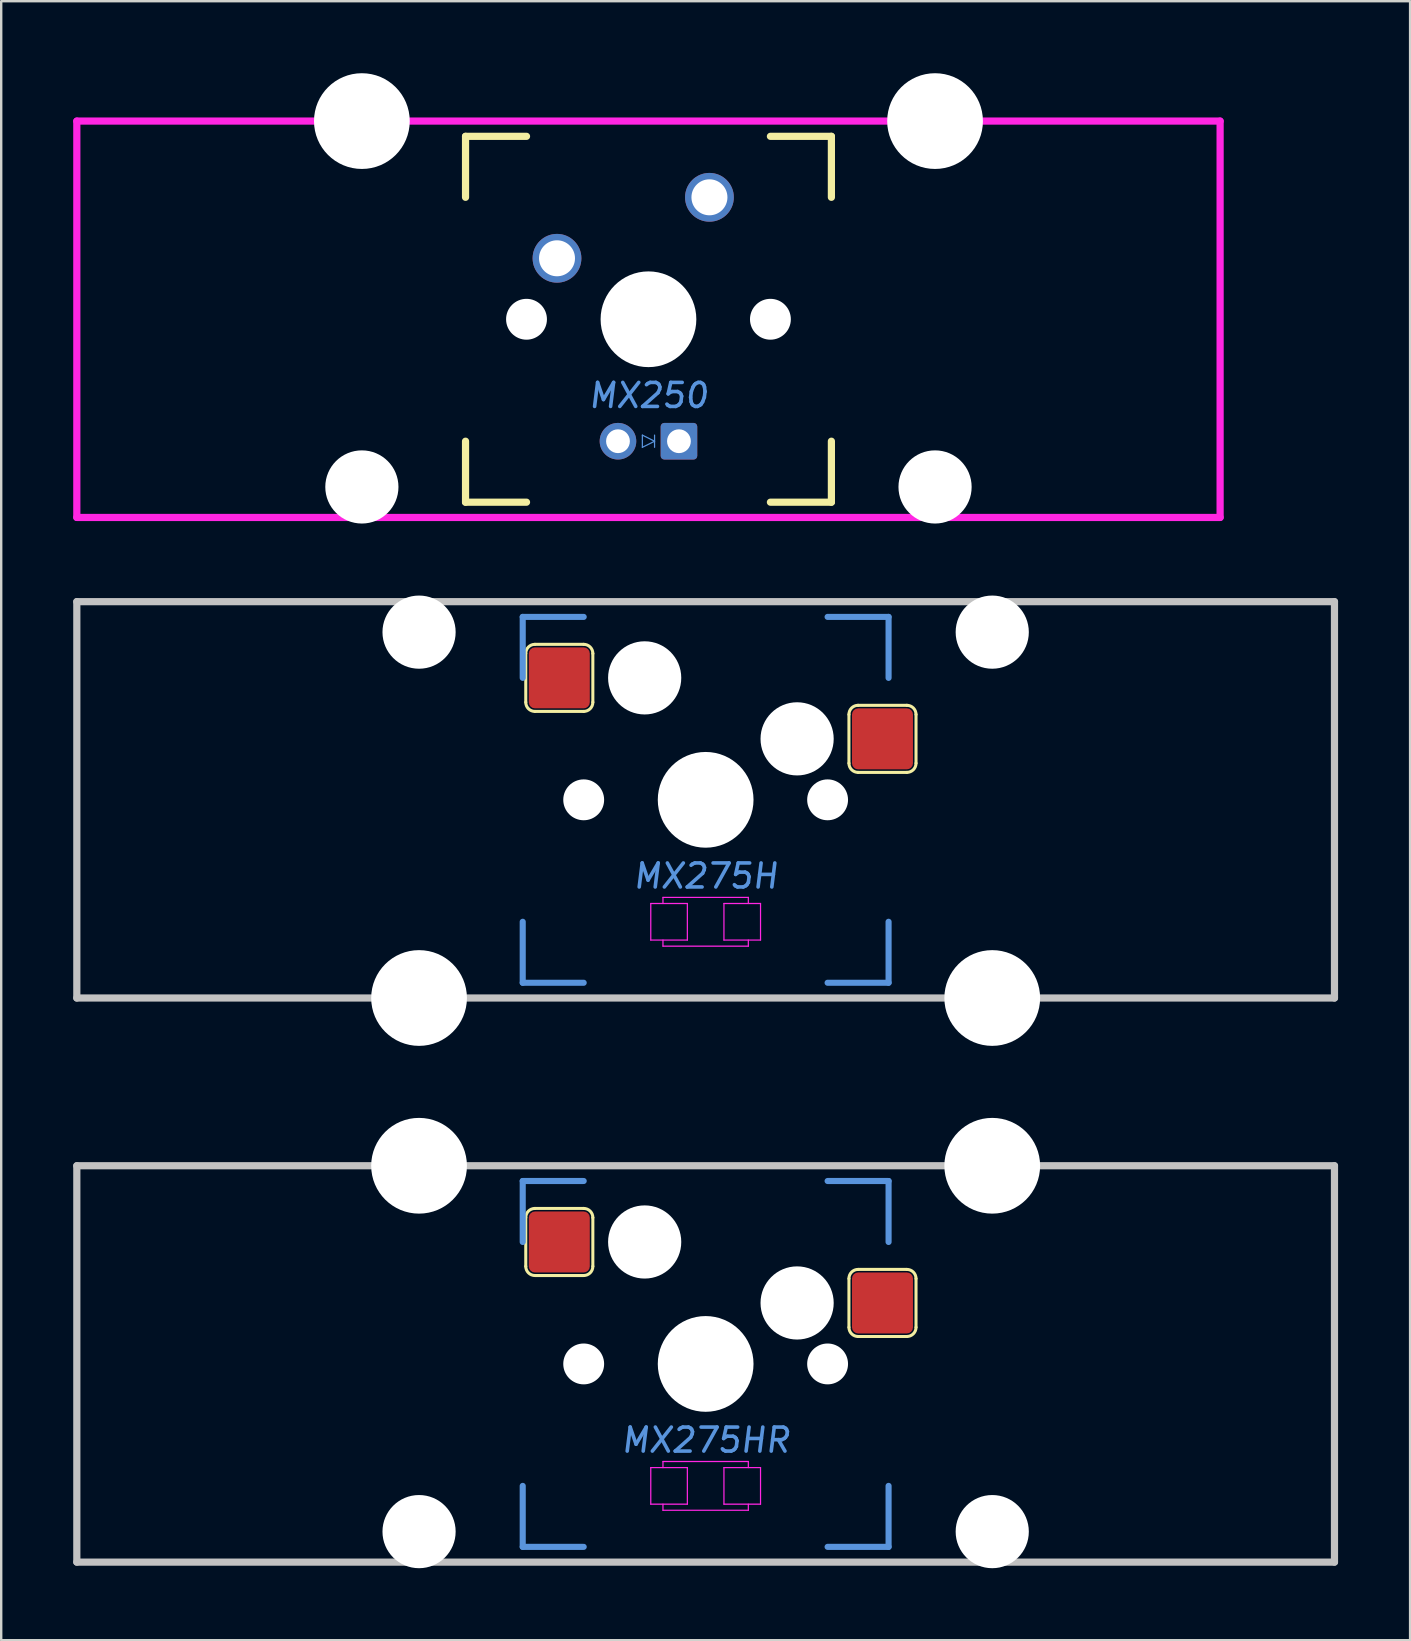
<source format=kicad_pcb>
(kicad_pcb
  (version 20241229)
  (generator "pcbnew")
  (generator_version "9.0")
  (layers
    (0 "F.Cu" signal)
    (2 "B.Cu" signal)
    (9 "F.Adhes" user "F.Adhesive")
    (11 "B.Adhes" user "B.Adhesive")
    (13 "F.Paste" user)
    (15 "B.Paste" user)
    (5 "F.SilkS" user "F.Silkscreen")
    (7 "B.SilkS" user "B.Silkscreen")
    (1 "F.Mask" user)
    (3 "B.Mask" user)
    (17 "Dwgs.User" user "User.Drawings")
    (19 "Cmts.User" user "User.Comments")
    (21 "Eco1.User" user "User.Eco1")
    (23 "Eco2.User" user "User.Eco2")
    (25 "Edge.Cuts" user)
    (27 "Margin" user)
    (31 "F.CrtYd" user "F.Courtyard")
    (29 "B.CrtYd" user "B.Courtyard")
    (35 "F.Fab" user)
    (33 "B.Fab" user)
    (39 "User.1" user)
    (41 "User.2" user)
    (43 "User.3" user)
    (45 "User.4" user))
  (footprint "MX275HR"
    (layer "F.Cu")
    (at 26.344 53.765)
    (property "Reference" "MX275HR" (at 0 3.175 0) (layer "Cmts.User") (effects (font (size 1 1) (thickness 0.15) (italic yes))))
    (attr through_hole)
    (fp_line (start -7.493 -6.096) (end -7.493 -4.064) (stroke (width 0.127) (type solid)) (layer "F.SilkS"))
    (fp_line (start -7.112 -3.683) (end -5.08 -3.683) (stroke (width 0.127) (type solid)) (layer "F.SilkS"))
    (fp_line (start -5.08 -6.477) (end -7.112 -6.477) (stroke (width 0.127) (type solid)) (layer "F.SilkS"))
    (fp_line (start -4.699 -4.064) (end -4.699 -6.096) (stroke (width 0.127) (type solid)) (layer "F.SilkS"))
    (fp_line (start 5.969 -3.556) (end 5.969 -1.524) (stroke (width 0.127) (type solid)) (layer "F.SilkS"))
    (fp_line (start 6.35 -1.143) (end 8.382 -1.143) (stroke (width 0.127) (type solid)) (layer "F.SilkS"))
    (fp_line (start 8.382 -3.937) (end 6.35 -3.937) (stroke (width 0.127) (type solid)) (layer "F.SilkS"))
    (fp_line (start 8.763 -1.524) (end 8.763 -3.556) (stroke (width 0.127) (type solid)) (layer "F.SilkS"))
    (fp_arc (start -7.493 -6.096) (mid -7.381408 -6.365408) (end -7.112 -6.477) (stroke (width 0.127) (type solid)) (layer "F.SilkS"))
    (fp_arc (start -7.112 -3.683) (mid -7.381408 -3.794592) (end -7.493 -4.064) (stroke (width 0.127) (type solid)) (layer "F.SilkS"))
    (fp_arc (start -5.08 -6.477) (mid -4.810592 -6.365408) (end -4.699 -6.096) (stroke (width 0.127) (type solid)) (layer "F.SilkS"))
    (fp_arc (start -4.699 -4.064) (mid -4.810592 -3.794592) (end -5.08 -3.683) (stroke (width 0.127) (type solid)) (layer "F.SilkS"))
    (fp_arc (start 5.969 -3.556) (mid 6.080592 -3.825408) (end 6.35 -3.937) (stroke (width 0.127) (type solid)) (layer "F.SilkS"))
    (fp_arc (start 6.35 -1.143) (mid 6.080592 -1.254592) (end 5.969 -1.524) (stroke (width 0.127) (type solid)) (layer "F.SilkS"))
    (fp_arc (start 8.382 -3.937) (mid 8.651408 -3.825408) (end 8.763 -3.556) (stroke (width 0.127) (type solid)) (layer "F.SilkS"))
    (fp_arc (start 8.763 -1.524) (mid 8.651408 -1.254592) (end 8.382 -1.143) (stroke (width 0.127) (type solid)) (layer "F.SilkS"))
    (fp_line (start -26.194 -8.255) (end -26.194 8.255) (stroke (width 0.3) (type solid)) (layer "Dwgs.User"))
    (fp_line (start -26.194 -8.255) (end 26.194 -8.255) (stroke (width 0.3) (type solid)) (layer "Dwgs.User"))
    (fp_line (start -26.194 8.255) (end 26.194 8.255) (stroke (width 0.3) (type solid)) (layer "Dwgs.User"))
    (fp_line (start 26.194 -8.255) (end 26.194 8.255) (stroke (width 0.3) (type solid)) (layer "Dwgs.User"))
    (fp_line (start -7.62 -7.62) (end -7.62 -5.08) (stroke (width 0.254) (type solid)) (layer "Cmts.User"))
    (fp_line (start -7.62 -7.62) (end -5.08 -7.62) (stroke (width 0.254) (type solid)) (layer "Cmts.User"))
    (fp_line (start -7.62 7.62) (end -7.62 5.08) (stroke (width 0.254) (type solid)) (layer "Cmts.User"))
    (fp_line (start -7.62 7.62) (end -5.08 7.62) (stroke (width 0.254) (type solid)) (layer "Cmts.User"))
    (fp_line (start 7.62 -7.62) (end 5.08 -7.62) (stroke (width 0.254) (type solid)) (layer "Cmts.User"))
    (fp_line (start 7.62 -7.62) (end 7.62 -5.08) (stroke (width 0.254) (type solid)) (layer "Cmts.User"))
    (fp_line (start 7.62 7.62) (end 5.08 7.62) (stroke (width 0.254) (type solid)) (layer "Cmts.User"))
    (fp_line (start 7.62 7.62) (end 7.62 5.08) (stroke (width 0.254) (type solid)) (layer "Cmts.User"))
    (fp_line (start -2.286 4.318) (end -2.286 5.842) (stroke (width 0.051) (type solid)) (layer "F.CrtYd"))
    (fp_line (start -2.286 5.842) (end -0.762 5.842) (stroke (width 0.051) (type solid)) (layer "F.CrtYd"))
    (fp_line (start -1.778 4.064) (end -1.778 4.318) (stroke (width 0.051) (type solid)) (layer "F.CrtYd"))
    (fp_line (start -1.778 5.842) (end -1.778 6.096) (stroke (width 0.051) (type solid)) (layer "F.CrtYd"))
    (fp_line (start -1.778 6.096) (end 1.778 6.096) (stroke (width 0.051) (type solid)) (layer "F.CrtYd"))
    (fp_line (start -0.762 4.318) (end -2.286 4.318) (stroke (width 0.051) (type solid)) (layer "F.CrtYd"))
    (fp_line (start -0.762 5.842) (end -0.762 4.318) (stroke (width 0.051) (type solid)) (layer "F.CrtYd"))
    (fp_line (start 0.762 4.318) (end 0.762 5.842) (stroke (width 0.051) (type solid)) (layer "F.CrtYd"))
    (fp_line (start 0.762 5.842) (end 2.286 5.842) (stroke (width 0.051) (type solid)) (layer "F.CrtYd"))
    (fp_line (start 1.778 4.064) (end -1.778 4.064) (stroke (width 0.051) (type solid)) (layer "F.CrtYd"))
    (fp_line (start 1.778 4.318) (end 1.778 4.064) (stroke (width 0.051) (type solid)) (layer "F.CrtYd"))
    (fp_line (start 1.778 6.096) (end 1.778 5.842) (stroke (width 0.051) (type solid)) (layer "F.CrtYd"))
    (fp_line (start 2.286 4.318) (end 0.762 4.318) (stroke (width 0.051) (type solid)) (layer "F.CrtYd"))
    (fp_line (start 2.286 5.842) (end 2.286 4.318) (stroke (width 0.051) (type solid)) (layer "F.CrtYd"))
    (pad "" np_thru_hole circle (at -11.938 -8.255) (size 3.988 3.988) (drill 3.988) (layers "*.Cu" "*.Mask"))
    (pad "" np_thru_hole circle (at -11.938 6.985) (size 3.048 3.048) (drill 3.048) (layers "*.Cu" "*.Mask"))
    (pad "" np_thru_hole circle (at -5.08 0) (size 1.702 1.702) (drill 1.702) (layers "*.Cu" "*.Mask"))
    (pad "" np_thru_hole circle (at -2.54 -5.08) (size 3.048 3.048) (drill 3.048) (layers "*.Cu" "*.Mask"))
    (pad "" np_thru_hole circle (at 0 0) (size 3.988 3.988) (drill 3.988) (layers "*.Cu" "*.Mask"))
    (pad "" np_thru_hole circle (at 3.81 -2.54) (size 3.048 3.048) (drill 3.048) (layers "*.Cu" "*.Mask"))
    (pad "" np_thru_hole circle (at 5.08 0) (size 1.702 1.702) (drill 1.702) (layers "*.Cu" "*.Mask"))
    (pad "" np_thru_hole circle (at 11.938 -8.255) (size 3.988 3.988) (drill 3.988) (layers "*.Cu" "*.Mask"))
    (pad "" np_thru_hole circle (at 11.938 6.985) (size 3.048 3.048) (drill 3.048) (layers "*.Cu" "*.Mask"))
    (pad "1" smd roundrect (at 7.366 -2.54) (size 2.54 2.54) (layers "F.Cu" "F.Mask" "F.Paste") (roundrect_rratio 0.1))
    (pad "2" smd roundrect (at -6.096 -5.08) (size 2.54 2.54) (layers "F.Cu" "F.Mask" "F.Paste") (roundrect_rratio 0.1)))
  (footprint "MX275H"
    (layer "F.Cu")
    (at 26.344 30.267)
    (property "Reference" "MX275H" (at 0 3.175 0) (layer "Cmts.User") (effects (font (size 1 1) (thickness 0.15) (italic yes))))
    (attr through_hole)
    (fp_line (start -7.493 -6.096) (end -7.493 -4.064) (stroke (width 0.127) (type solid)) (layer "F.SilkS"))
    (fp_line (start -7.112 -3.683) (end -5.08 -3.683) (stroke (width 0.127) (type solid)) (layer "F.SilkS"))
    (fp_line (start -5.08 -6.477) (end -7.112 -6.477) (stroke (width 0.127) (type solid)) (layer "F.SilkS"))
    (fp_line (start -4.699 -4.064) (end -4.699 -6.096) (stroke (width 0.127) (type solid)) (layer "F.SilkS"))
    (fp_line (start 5.969 -3.556) (end 5.969 -1.524) (stroke (width 0.127) (type solid)) (layer "F.SilkS"))
    (fp_line (start 6.35 -1.143) (end 8.382 -1.143) (stroke (width 0.127) (type solid)) (layer "F.SilkS"))
    (fp_line (start 8.382 -3.937) (end 6.35 -3.937) (stroke (width 0.127) (type solid)) (layer "F.SilkS"))
    (fp_line (start 8.763 -1.524) (end 8.763 -3.556) (stroke (width 0.127) (type solid)) (layer "F.SilkS"))
    (fp_arc (start -7.493 -6.096) (mid -7.381408 -6.365408) (end -7.112 -6.477) (stroke (width 0.127) (type solid)) (layer "F.SilkS"))
    (fp_arc (start -7.112 -3.683) (mid -7.381408 -3.794592) (end -7.493 -4.064) (stroke (width 0.127) (type solid)) (layer "F.SilkS"))
    (fp_arc (start -5.08 -6.477) (mid -4.810592 -6.365408) (end -4.699 -6.096) (stroke (width 0.127) (type solid)) (layer "F.SilkS"))
    (fp_arc (start -4.699 -4.064) (mid -4.810592 -3.794592) (end -5.08 -3.683) (stroke (width 0.127) (type solid)) (layer "F.SilkS"))
    (fp_arc (start 5.969 -3.556) (mid 6.080592 -3.825408) (end 6.35 -3.937) (stroke (width 0.127) (type solid)) (layer "F.SilkS"))
    (fp_arc (start 6.35 -1.143) (mid 6.080592 -1.254592) (end 5.969 -1.524) (stroke (width 0.127) (type solid)) (layer "F.SilkS"))
    (fp_arc (start 8.382 -3.937) (mid 8.651408 -3.825408) (end 8.763 -3.556) (stroke (width 0.127) (type solid)) (layer "F.SilkS"))
    (fp_arc (start 8.763 -1.524) (mid 8.651408 -1.254592) (end 8.382 -1.143) (stroke (width 0.127) (type solid)) (layer "F.SilkS"))
    (fp_line (start -26.194 -8.255) (end -26.194 8.255) (stroke (width 0.3) (type solid)) (layer "Dwgs.User"))
    (fp_line (start -26.194 -8.255) (end 26.194 -8.255) (stroke (width 0.3) (type solid)) (layer "Dwgs.User"))
    (fp_line (start -26.194 8.255) (end 26.194 8.255) (stroke (width 0.3) (type solid)) (layer "Dwgs.User"))
    (fp_line (start 26.194 -8.255) (end 26.194 8.255) (stroke (width 0.3) (type solid)) (layer "Dwgs.User"))
    (fp_line (start -7.62 -7.62) (end -7.62 -5.08) (stroke (width 0.254) (type solid)) (layer "Cmts.User"))
    (fp_line (start -7.62 -7.62) (end -5.08 -7.62) (stroke (width 0.254) (type solid)) (layer "Cmts.User"))
    (fp_line (start -7.62 7.62) (end -7.62 5.08) (stroke (width 0.254) (type solid)) (layer "Cmts.User"))
    (fp_line (start -7.62 7.62) (end -5.08 7.62) (stroke (width 0.254) (type solid)) (layer "Cmts.User"))
    (fp_line (start 7.62 -7.62) (end 5.08 -7.62) (stroke (width 0.254) (type solid)) (layer "Cmts.User"))
    (fp_line (start 7.62 -7.62) (end 7.62 -5.08) (stroke (width 0.254) (type solid)) (layer "Cmts.User"))
    (fp_line (start 7.62 7.62) (end 5.08 7.62) (stroke (width 0.254) (type solid)) (layer "Cmts.User"))
    (fp_line (start 7.62 7.62) (end 7.62 5.08) (stroke (width 0.254) (type solid)) (layer "Cmts.User"))
    (fp_line (start -2.286 4.318) (end -2.286 5.842) (stroke (width 0.051) (type solid)) (layer "F.CrtYd"))
    (fp_line (start -2.286 5.842) (end -0.762 5.842) (stroke (width 0.051) (type solid)) (layer "F.CrtYd"))
    (fp_line (start -1.778 4.064) (end -1.778 4.318) (stroke (width 0.051) (type solid)) (layer "F.CrtYd"))
    (fp_line (start -1.778 5.842) (end -1.778 6.096) (stroke (width 0.051) (type solid)) (layer "F.CrtYd"))
    (fp_line (start -1.778 6.096) (end 1.778 6.096) (stroke (width 0.051) (type solid)) (layer "F.CrtYd"))
    (fp_line (start -0.762 4.318) (end -2.286 4.318) (stroke (width 0.051) (type solid)) (layer "F.CrtYd"))
    (fp_line (start -0.762 5.842) (end -0.762 4.318) (stroke (width 0.051) (type solid)) (layer "F.CrtYd"))
    (fp_line (start 0.762 4.318) (end 0.762 5.842) (stroke (width 0.051) (type solid)) (layer "F.CrtYd"))
    (fp_line (start 0.762 5.842) (end 2.286 5.842) (stroke (width 0.051) (type solid)) (layer "F.CrtYd"))
    (fp_line (start 1.778 4.064) (end -1.778 4.064) (stroke (width 0.051) (type solid)) (layer "F.CrtYd"))
    (fp_line (start 1.778 4.318) (end 1.778 4.064) (stroke (width 0.051) (type solid)) (layer "F.CrtYd"))
    (fp_line (start 1.778 6.096) (end 1.778 5.842) (stroke (width 0.051) (type solid)) (layer "F.CrtYd"))
    (fp_line (start 2.286 4.318) (end 0.762 4.318) (stroke (width 0.051) (type solid)) (layer "F.CrtYd"))
    (fp_line (start 2.286 5.842) (end 2.286 4.318) (stroke (width 0.051) (type solid)) (layer "F.CrtYd"))
    (pad "" np_thru_hole circle (at -11.938 -6.985) (size 3.048 3.048) (drill 3.048) (layers "*.Cu" "*.Mask"))
    (pad "" np_thru_hole circle (at -11.938 8.255) (size 3.988 3.988) (drill 3.988) (layers "*.Cu" "*.Mask"))
    (pad "" np_thru_hole circle (at -5.08 0) (size 1.702 1.702) (drill 1.702) (layers "*.Cu" "*.Mask"))
    (pad "" np_thru_hole circle (at -2.54 -5.08) (size 3.048 3.048) (drill 3.048) (layers "*.Cu" "*.Mask"))
    (pad "" np_thru_hole circle (at 0 0) (size 3.988 3.988) (drill 3.988) (layers "*.Cu" "*.Mask"))
    (pad "" np_thru_hole circle (at 3.81 -2.54) (size 3.048 3.048) (drill 3.048) (layers "*.Cu" "*.Mask"))
    (pad "" np_thru_hole circle (at 5.08 0) (size 1.702 1.702) (drill 1.702) (layers "*.Cu" "*.Mask"))
    (pad "" np_thru_hole circle (at 11.938 -6.985) (size 3.048 3.048) (drill 3.048) (layers "*.Cu" "*.Mask"))
    (pad "" np_thru_hole circle (at 11.938 8.255) (size 3.988 3.988) (drill 3.988) (layers "*.Cu" "*.Mask"))
    (pad "1" smd roundrect (at -6.096 -5.08) (size 2.54 2.54) (layers "F.Cu" "F.Mask" "F.Paste") (roundrect_rratio 0.1))
    (pad "2" smd roundrect (at 7.366 -2.54) (size 2.54 2.54) (layers "F.Cu" "F.Mask" "F.Paste") (roundrect_rratio 0.1)))
  (footprint "MX250"
    (layer "F.Cu")
    (at 23.962 10.249)
    (property "Reference" "MX250" (at 0 3.175 0) (layer "Cmts.User") (effects (font (size 1 1) (thickness 0.15) (italic yes))))
    (attr through_hole)
    (fp_line (start -7.62 -7.62) (end -7.62 -5.08) (stroke (width 0.3) (type solid)) (layer "F.SilkS"))
    (fp_line (start -7.62 -7.62) (end -5.08 -7.62) (stroke (width 0.3) (type solid)) (layer "F.SilkS"))
    (fp_line (start -7.62 7.62) (end -7.62 5.08) (stroke (width 0.3) (type solid)) (layer "F.SilkS"))
    (fp_line (start -7.62 7.62) (end -5.08 7.62) (stroke (width 0.3) (type solid)) (layer "F.SilkS"))
    (fp_line (start 7.62 -7.62) (end 5.08 -7.62) (stroke (width 0.3) (type solid)) (layer "F.SilkS"))
    (fp_line (start 7.62 -7.62) (end 7.62 -5.08) (stroke (width 0.3) (type solid)) (layer "F.SilkS"))
    (fp_line (start 7.62 7.62) (end 5.08 7.62) (stroke (width 0.3) (type solid)) (layer "F.SilkS"))
    (fp_line (start 7.62 7.62) (end 7.62 5.08) (stroke (width 0.3) (type solid)) (layer "F.SilkS"))
    (fp_line (start -0.254 4.826) (end -0.254 5.334) (stroke (width 0.051) (type solid)) (layer "Cmts.User"))
    (fp_line (start -0.254 5.334) (end 0.254 5.08) (stroke (width 0.051) (type solid)) (layer "Cmts.User"))
    (fp_line (start 0.254 4.826) (end 0.254 5.334) (stroke (width 0.051) (type solid)) (layer "Cmts.User"))
    (fp_line (start 0.254 5.08) (end -0.254 4.826) (stroke (width 0.051) (type solid)) (layer "Cmts.User"))
    (fp_line (start -23.812 -8.255) (end -23.812 8.255) (stroke (width 0.3) (type solid)) (layer "F.CrtYd"))
    (fp_line (start -23.812 -8.255) (end 23.812 -8.255) (stroke (width 0.3) (type solid)) (layer "F.CrtYd"))
    (fp_line (start -23.812 8.255) (end 23.812 8.255) (stroke (width 0.3) (type solid)) (layer "F.CrtYd"))
    (fp_line (start 23.812 -8.255) (end 23.812 8.255) (stroke (width 0.3) (type solid)) (layer "F.CrtYd"))
    (pad "" np_thru_hole circle (at -11.938 -8.255) (size 3.988 3.988) (drill 3.988) (layers "*.Cu" "*.Mask"))
    (pad "" np_thru_hole circle (at -11.938 6.985) (size 3.048 3.048) (drill 3.048) (layers "*.Cu" "*.Mask"))
    (pad "" np_thru_hole circle (at -5.08 0) (size 1.702 1.702) (drill 1.702) (layers "*.Cu" "*.Mask"))
    (pad "" np_thru_hole circle (at 0 0) (size 3.988 3.988) (drill 3.988) (layers "*.Cu" "*.Mask"))
    (pad "" np_thru_hole circle (at 5.08 0) (size 1.702 1.702) (drill 1.702) (layers "*.Cu" "*.Mask"))
    (pad "" np_thru_hole circle (at 11.938 -8.255) (size 3.988 3.988) (drill 3.988) (layers "*.Cu" "*.Mask"))
    (pad "" np_thru_hole circle (at 11.938 6.985) (size 3.048 3.048) (drill 3.048) (layers "*.Cu" "*.Mask"))
    (pad "1" thru_hole circle (at -3.81 -2.54) (size 2.032 2.032) (drill 1.499) (layers "*.Cu" "*.Mask"))
    (pad "2" thru_hole circle (at 2.54 -5.08) (size 2.032 2.032) (drill 1.499) (layers "*.Cu" "*.Mask"))
    (pad "A" thru_hole circle (at -1.27 5.08) (size 1.524 1.524) (drill 0.991) (layers "*.Cu" "*.Mask"))
    (pad "K" thru_hole roundrect (at 1.27 5.08) (size 1.524 1.524) (drill 0.991) (layers "*.Cu" "*.Mask") (roundrect_rratio 0.1)))
  (gr_rect
    (start -3 -3)
    (end 55.688 65.274)
    (stroke (width 0.1) (type default))
    (fill no)
    (layer "Edge.Cuts")))
</source>
